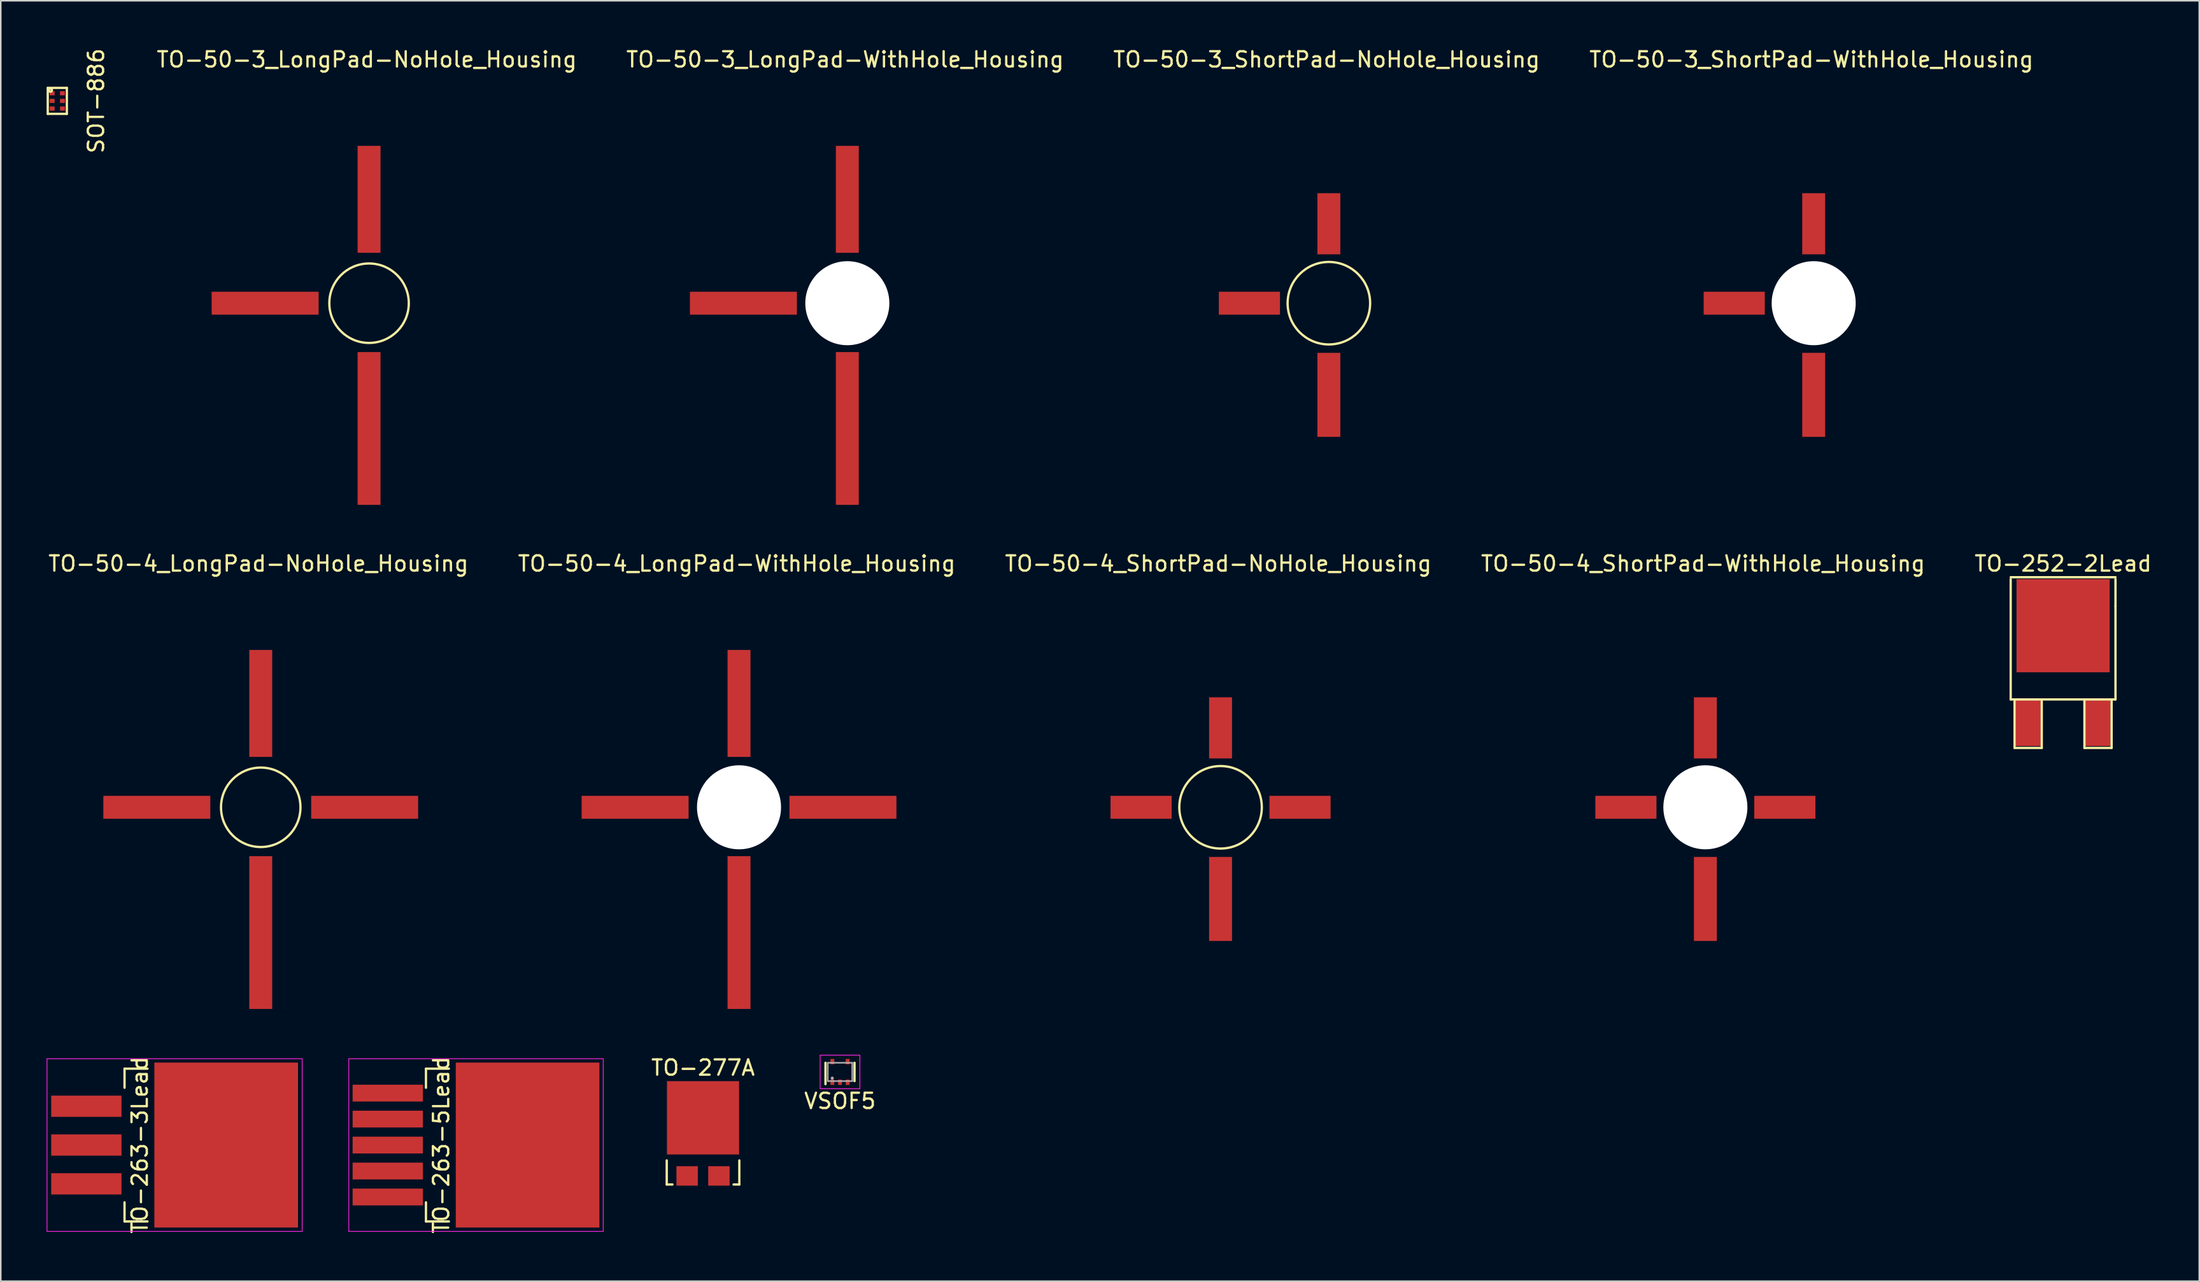
<source format=kicad_pcb>
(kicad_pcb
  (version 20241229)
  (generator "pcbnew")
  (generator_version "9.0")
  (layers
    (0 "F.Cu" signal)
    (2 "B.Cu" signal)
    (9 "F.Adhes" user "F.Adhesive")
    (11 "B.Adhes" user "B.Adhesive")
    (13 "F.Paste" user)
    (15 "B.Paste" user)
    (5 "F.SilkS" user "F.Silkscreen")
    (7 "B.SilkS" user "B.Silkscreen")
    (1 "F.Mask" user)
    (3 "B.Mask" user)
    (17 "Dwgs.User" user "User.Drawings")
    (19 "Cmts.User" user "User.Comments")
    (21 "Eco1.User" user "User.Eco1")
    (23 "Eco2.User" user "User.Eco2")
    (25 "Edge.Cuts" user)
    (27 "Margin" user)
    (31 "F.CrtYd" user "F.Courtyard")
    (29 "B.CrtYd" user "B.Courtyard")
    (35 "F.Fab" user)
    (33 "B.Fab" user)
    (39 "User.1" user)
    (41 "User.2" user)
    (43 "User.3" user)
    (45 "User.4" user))
  (footprint "TO-50-4_LongPad-WithHole_Housing"
    (layer "F.Cu")
    (at 45.311 49.797)
    (property "Reference" "TO-50-4_LongPad-WithHole_Housing" (at -0.15 -15.95 0) (layer "F.SilkS") (effects (font (size 1 1) (thickness 0.15))))
    (attr smd)
    (pad "" np_thru_hole circle (at 0 0) (size 5.5 5.5) (drill 5.5) (layers "*.Cu" "*.Mask"))
    (pad "1" smd rect (at 0 -6.8) (size 1.5 7) (layers "F.Cu" "F.Mask" "F.Paste"))
    (pad "2" smd rect (at -6.8 0) (size 7 1.5) (layers "F.Cu" "F.Mask" "F.Paste"))
    (pad "3" smd rect (at 0 8.2) (size 1.5 10) (layers "F.Cu" "F.Mask" "F.Paste"))
    (pad "4" smd rect (at 6.8 0) (size 7 1.5) (layers "F.Cu" "F.Mask" "F.Paste")))
  (footprint "VSOF5"
    (layer "F.Cu")
    (at 51.92 67.121)
    (property "Reference" "VSOF5" (at 0 1.905 0) (layer "F.SilkS") (effects (font (size 1 1) (thickness 0.15))))
    (attr smd)
    (fp_line (start -0.95 0.8) (end -0.95 -0.6) (stroke (width 0.15) (type solid)) (layer "F.SilkS"))
    (fp_line (start 0.95 0.6) (end 0.95 -0.6) (stroke (width 0.15) (type solid)) (layer "F.SilkS"))
    (fp_line (start -1.3 -1.1) (end -1.3 1.1) (stroke (width 0.05) (type solid)) (layer "F.CrtYd"))
    (fp_line (start -1.3 -1.1) (end 1.3 -1.1) (stroke (width 0.05) (type solid)) (layer "F.CrtYd"))
    (fp_line (start -1.3 1.1) (end 1.3 1.1) (stroke (width 0.05) (type solid)) (layer "F.CrtYd"))
    (fp_line (start 1.3 -1.1) (end 1.3 1.1) (stroke (width 0.05) (type solid)) (layer "F.CrtYd"))
    (fp_line (start -0.8 -0.6) (end -0.8 0.6) (stroke (width 0.1) (type solid)) (layer "F.Fab"))
    (fp_line (start -0.8 -0.6) (end 0.8 -0.6) (stroke (width 0.1) (type solid)) (layer "F.Fab"))
    (fp_line (start -0.8 0.6) (end 0.8 0.6) (stroke (width 0.1) (type solid)) (layer "F.Fab"))
    (fp_line (start 0.8 -0.6) (end 0.8 0.6) (stroke (width 0.1) (type solid)) (layer "F.Fab"))
    (fp_circle (center -0.508 0.406) (end -0.457 0.406) (stroke (width 0.1) (type solid)) (fill no) (layer "F.Fab"))
    (pad "1" smd rect (at -0.5 0.675) (size 0.25 0.35) (layers "F.Cu" "F.Mask" "F.Paste"))
    (pad "2" smd rect (at 0 0.675) (size 0.25 0.35) (layers "F.Cu" "F.Mask" "F.Paste"))
    (pad "3" smd rect (at 0.5 0.675) (size 0.25 0.35) (layers "F.Cu" "F.Mask" "F.Paste"))
    (pad "4" smd rect (at 0.5 -0.675) (size 0.25 0.35) (layers "F.Cu" "F.Mask" "F.Paste"))
    (pad "5" smd rect (at -0.5 -0.675) (size 0.25 0.35) (layers "F.Cu" "F.Mask" "F.Paste")))
  (footprint "TO-263-3Lead"
    (layer "F.Cu")
    (at 7.175 71.907)
    (property "Reference" "TO-263-3Lead" (at -1.075 0 90) (layer "F.SilkS") (effects (font (size 1 1) (thickness 0.15))))
    (attr smd)
    (fp_line (start -2.075 -5) (end -2.075 -3.75) (stroke (width 0.15) (type solid)) (layer "F.SilkS"))
    (fp_line (start -2.075 -5) (end -0.575 -5) (stroke (width 0.15) (type solid)) (layer "F.SilkS"))
    (fp_line (start -2.075 5) (end -2.075 3.75) (stroke (width 0.15) (type solid)) (layer "F.SilkS"))
    (fp_line (start -2.075 5) (end -0.575 5) (stroke (width 0.15) (type solid)) (layer "F.SilkS"))
    (fp_line (start -7.15 -5.65) (end -7.15 5.65) (stroke (width 0.05) (type solid)) (layer "F.CrtYd"))
    (fp_line (start 9.55 -5.65) (end -7.15 -5.65) (stroke (width 0.05) (type solid)) (layer "F.CrtYd"))
    (fp_line (start 9.55 -5.65) (end 9.55 5.65) (stroke (width 0.05) (type solid)) (layer "F.CrtYd"))
    (fp_line (start 9.55 5.65) (end -7.15 5.65) (stroke (width 0.05) (type solid)) (layer "F.CrtYd"))
    (pad "1" smd rect (at -4.575 -2.54) (size 4.6 1.39) (layers "F.Cu" "F.Mask" "F.Paste"))
    (pad "2" smd rect (at -4.575 0) (size 4.6 1.39) (layers "F.Cu" "F.Mask" "F.Paste"))
    (pad "2" smd rect (at 4.575 0) (size 9.4 10.8) (layers "F.Cu" "F.Mask" "F.Paste"))
    (pad "3" smd rect (at -4.575 2.54) (size 4.6 1.39) (layers "F.Cu" "F.Mask" "F.Paste")))
  (footprint "SOT-886"
    (layer "F.Cu")
    (at 0.7 3.554)
    (property "Reference" "SOT-886" (at 2.54 0 90) (layer "F.SilkS") (effects (font (size 1 1) (thickness 0.15))))
    (attr smd)
    (fp_line (start -0.625 -0.85) (end 0.625 -0.85) (stroke (width 0.15) (type solid)) (layer "F.SilkS"))
    (fp_line (start -0.625 0.85) (end -0.625 -0.85) (stroke (width 0.15) (type solid)) (layer "F.SilkS"))
    (fp_line (start 0.625 -0.85) (end 0.625 0.85) (stroke (width 0.15) (type solid)) (layer "F.SilkS"))
    (fp_line (start 0.625 0.85) (end -0.625 0.85) (stroke (width 0.15) (type solid)) (layer "F.SilkS"))
    (fp_circle (center -0.45 -0.7) (end -0.35 -0.7) (stroke (width 0.15) (type solid)) (fill no) (layer "F.SilkS"))
    (pad "1" smd rect (at -0.338 -0.5) (size 0.325 0.27) (layers "F.Cu" "F.Mask" "F.Paste"))
    (pad "2" smd rect (at -0.338 0) (size 0.325 0.27) (layers "F.Cu" "F.Mask" "F.Paste"))
    (pad "3" smd rect (at -0.338 0.5) (size 0.325 0.27) (layers "F.Cu" "F.Mask" "F.Paste"))
    (pad "4" smd rect (at 0.338 0.5) (size 0.325 0.27) (layers "F.Cu" "F.Mask" "F.Paste"))
    (pad "5" smd rect (at 0.338 0) (size 0.325 0.27) (layers "F.Cu" "F.Mask" "F.Paste"))
    (pad "6" smd rect (at 0.338 -0.5) (size 0.325 0.27) (layers "F.Cu" "F.Mask" "F.Paste")))
  (footprint "TO-263-5Lead"
    (layer "F.Cu")
    (at 22.325 71.907)
    (property "Reference" "TO-263-5Lead" (at 3.5 0 90) (layer "F.SilkS") (effects (font (size 1 1) (thickness 0.15))))
    (attr smd)
    (fp_line (start 2.5 -5) (end 2.5 -3.75) (stroke (width 0.15) (type solid)) (layer "F.SilkS"))
    (fp_line (start 2.5 -5) (end 4 -5) (stroke (width 0.15) (type solid)) (layer "F.SilkS"))
    (fp_line (start 2.5 5) (end 2.5 3.75) (stroke (width 0.15) (type solid)) (layer "F.SilkS"))
    (fp_line (start 2.5 5) (end 4 5) (stroke (width 0.15) (type solid)) (layer "F.SilkS"))
    (fp_line (start -2.55 -5.65) (end -2.55 5.65) (stroke (width 0.05) (type solid)) (layer "F.CrtYd"))
    (fp_line (start 14.1 -5.65) (end -2.55 -5.65) (stroke (width 0.05) (type solid)) (layer "F.CrtYd"))
    (fp_line (start 14.1 -5.65) (end 14.1 5.65) (stroke (width 0.05) (type solid)) (layer "F.CrtYd"))
    (fp_line (start 14.1 5.65) (end -2.55 5.65) (stroke (width 0.05) (type solid)) (layer "F.CrtYd"))
    (pad "1" smd rect (at 0 -3.4) (size 4.6 1.1) (layers "F.Cu" "F.Mask" "F.Paste"))
    (pad "2" smd rect (at 0 -1.7) (size 4.6 1.1) (layers "F.Cu" "F.Mask" "F.Paste"))
    (pad "3" smd rect (at 0 0) (size 4.6 1.1) (layers "F.Cu" "F.Mask" "F.Paste"))
    (pad "3" smd rect (at 9.15 0) (size 9.4 10.8) (layers "F.Cu" "F.Mask" "F.Paste"))
    (pad "4" smd rect (at 0 1.7) (size 4.6 1.1) (layers "F.Cu" "F.Mask" "F.Paste"))
    (pad "5" smd rect (at 0 3.4) (size 4.6 1.1) (layers "F.Cu" "F.Mask" "F.Paste")))
  (footprint "TO-277A"
    (layer "F.Cu")
    (at 42.956 71.163)
    (property "Reference" "TO-277A" (at 0 -4.318 0) (layer "F.SilkS") (effects (font (size 1 1) (thickness 0.15))))
    (attr through_hole)
    (fp_line (start -2.375 1.75) (end -2.375 3.325) (stroke (width 0.15) (type solid)) (layer "F.SilkS"))
    (fp_line (start -2.375 3.325) (end -2 3.325) (stroke (width 0.15) (type solid)) (layer "F.SilkS"))
    (fp_line (start 2 3.325) (end 2.375 3.325) (stroke (width 0.15) (type solid)) (layer "F.SilkS"))
    (fp_line (start 2.375 1.75) (end 2.375 3.325) (stroke (width 0.15) (type solid)) (layer "F.SilkS"))
    (pad "1" smd rect (at 1.04 2.765) (size 1.4 1.27) (layers "F.Cu" "F.Mask" "F.Paste"))
    (pad "2" smd rect (at -1.04 2.765) (size 1.4 1.27) (layers "F.Cu" "F.Mask" "F.Paste"))
    (pad "3" smd rect (at 0 -1.04) (size 4.72 4.8) (layers "F.Cu" "F.Mask" "F.Paste")))
  (footprint "TO-50-4_LongPad-NoHole_Housing"
    (layer "F.Cu")
    (at 14.013 49.797)
    (property "Reference" "TO-50-4_LongPad-NoHole_Housing" (at -0.15 -15.95 0) (layer "F.SilkS") (effects (font (size 1 1) (thickness 0.15))))
    (attr smd)
    (fp_circle (center 0 0) (end 2.6 0) (stroke (width 0.15) (type solid)) (fill no) (layer "F.SilkS"))
    (pad "1" smd rect (at 0 -6.8) (size 1.5 7) (layers "F.Cu" "F.Mask" "F.Paste"))
    (pad "2" smd rect (at -6.8 0) (size 7 1.5) (layers "F.Cu" "F.Mask" "F.Paste"))
    (pad "3" smd rect (at 0 8.2) (size 1.5 10) (layers "F.Cu" "F.Mask" "F.Paste"))
    (pad "4" smd rect (at 6.8 0) (size 7 1.5) (layers "F.Cu" "F.Mask" "F.Paste")))
  (footprint "TO-50-3_LongPad-NoHole_Housing"
    (layer "F.Cu")
    (at 21.101 16.798)
    (property "Reference" "TO-50-3_LongPad-NoHole_Housing" (at -0.15 -15.95 0) (layer "F.SilkS") (effects (font (size 1 1) (thickness 0.15))))
    (attr smd)
    (fp_circle (center 0 0) (end 2.6 0) (stroke (width 0.15) (type solid)) (fill no) (layer "F.SilkS"))
    (pad "1" smd rect (at 0 -6.8) (size 1.5 7) (layers "F.Cu" "F.Mask" "F.Paste"))
    (pad "2" smd rect (at -6.8 0) (size 7 1.5) (layers "F.Cu" "F.Mask" "F.Paste"))
    (pad "3" smd rect (at 0 8.2) (size 1.5 10) (layers "F.Cu" "F.Mask" "F.Paste")))
  (footprint "TO-50-4_ShortPad-NoHole_Housing"
    (layer "F.Cu")
    (at 76.823 49.797)
    (property "Reference" "TO-50-4_ShortPad-NoHole_Housing" (at -0.15 -15.95 0) (layer "F.SilkS") (effects (font (size 1 1) (thickness 0.15))))
    (attr smd)
    (fp_circle (center 0 0) (end 2.7 0) (stroke (width 0.15) (type solid)) (fill no) (layer "F.SilkS"))
    (pad "1" smd rect (at 0 -5.2) (size 1.5 4) (layers "F.Cu" "F.Mask" "F.Paste"))
    (pad "2" smd rect (at -5.2 0) (size 4 1.5) (layers "F.Cu" "F.Mask" "F.Paste"))
    (pad "3" smd rect (at 0 6) (size 1.5 5.5) (layers "F.Cu" "F.Mask" "F.Paste"))
    (pad "4" smd rect (at 5.2 0) (size 4 1.5) (layers "F.Cu" "F.Mask" "F.Paste")))
  (footprint "TO-50-3_LongPad-WithHole_Housing"
    (layer "F.Cu")
    (at 52.399 16.798)
    (property "Reference" "TO-50-3_LongPad-WithHole_Housing" (at -0.15 -15.95 0) (layer "F.SilkS") (effects (font (size 1 1) (thickness 0.15))))
    (attr smd)
    (pad "" np_thru_hole circle (at 0 0) (size 5.5 5.5) (drill 5.5) (layers "*.Cu" "*.Mask"))
    (pad "1" smd rect (at 0 -6.8) (size 1.5 7) (layers "F.Cu" "F.Mask" "F.Paste"))
    (pad "2" smd rect (at -6.8 0) (size 7 1.5) (layers "F.Cu" "F.Mask" "F.Paste"))
    (pad "3" smd rect (at 0 8.2) (size 1.5 10) (layers "F.Cu" "F.Mask" "F.Paste")))
  (footprint "TO-50-3_ShortPad-NoHole_Housing"
    (layer "F.Cu")
    (at 83.911 16.798)
    (property "Reference" "TO-50-3_ShortPad-NoHole_Housing" (at -0.15 -15.95 0) (layer "F.SilkS") (effects (font (size 1 1) (thickness 0.15))))
    (attr smd)
    (fp_circle (center 0 0) (end 2.7 0) (stroke (width 0.15) (type solid)) (fill no) (layer "F.SilkS"))
    (pad "1" smd rect (at 0 -5.2) (size 1.5 4) (layers "F.Cu" "F.Mask" "F.Paste"))
    (pad "2" smd rect (at -5.2 0) (size 4 1.5) (layers "F.Cu" "F.Mask" "F.Paste"))
    (pad "3" smd rect (at 0 6) (size 1.5 5.5) (layers "F.Cu" "F.Mask" "F.Paste")))
  (footprint "TO-50-4_ShortPad-WithHole_Housing"
    (layer "F.Cu")
    (at 108.549 49.797)
    (property "Reference" "TO-50-4_ShortPad-WithHole_Housing" (at -0.15 -15.95 0) (layer "F.SilkS") (effects (font (size 1 1) (thickness 0.15))))
    (attr smd)
    (pad "" np_thru_hole circle (at 0 0) (size 5.5 5.5) (drill 5.5) (layers "*.Cu" "*.Mask"))
    (pad "1" smd rect (at 0 -5.2) (size 1.5 4) (layers "F.Cu" "F.Mask" "F.Paste"))
    (pad "2" smd rect (at -5.2 0) (size 4 1.5) (layers "F.Cu" "F.Mask" "F.Paste"))
    (pad "3" smd rect (at 0 6) (size 1.5 5.5) (layers "F.Cu" "F.Mask" "F.Paste"))
    (pad "4" smd rect (at 5.2 0) (size 4 1.5) (layers "F.Cu" "F.Mask" "F.Paste")))
  (footprint "TO-50-3_ShortPad-WithHole_Housing"
    (layer "F.Cu")
    (at 115.637 16.798)
    (property "Reference" "TO-50-3_ShortPad-WithHole_Housing" (at -0.15 -15.95 0) (layer "F.SilkS") (effects (font (size 1 1) (thickness 0.15))))
    (attr smd)
    (pad "" np_thru_hole circle (at 0 0) (size 5.5 5.5) (drill 5.5) (layers "*.Cu" "*.Mask"))
    (pad "1" smd rect (at 0 -5.2) (size 1.5 4) (layers "F.Cu" "F.Mask" "F.Paste"))
    (pad "2" smd rect (at -5.2 0) (size 4 1.5) (layers "F.Cu" "F.Mask" "F.Paste"))
    (pad "3" smd rect (at 0 6) (size 1.5 5.5) (layers "F.Cu" "F.Mask" "F.Paste")))
  (footprint "TO-252-2Lead"
    (layer "F.Cu")
    (at 131.958 44.261)
    (property "Reference" "TO-252-2Lead" (at 0 -10.414 0) (layer "F.SilkS") (effects (font (size 1 1) (thickness 0.15))))
    (attr smd)
    (fp_line (start -3.429 -9.525) (end 3.429 -9.525) (stroke (width 0.15) (type solid)) (layer "F.SilkS"))
    (fp_line (start -3.429 -1.524) (end -3.429 -9.398) (stroke (width 0.15) (type solid)) (layer "F.SilkS"))
    (fp_line (start -3.175 -1.524) (end -3.175 1.651) (stroke (width 0.15) (type solid)) (layer "F.SilkS"))
    (fp_line (start -3.175 1.651) (end -1.397 1.651) (stroke (width 0.15) (type solid)) (layer "F.SilkS"))
    (fp_line (start -1.397 1.651) (end -1.397 -1.524) (stroke (width 0.15) (type solid)) (layer "F.SilkS"))
    (fp_line (start 1.397 -1.524) (end 1.397 1.651) (stroke (width 0.15) (type solid)) (layer "F.SilkS"))
    (fp_line (start 1.397 1.651) (end 3.175 1.651) (stroke (width 0.15) (type solid)) (layer "F.SilkS"))
    (fp_line (start 3.175 1.651) (end 3.175 -1.524) (stroke (width 0.15) (type solid)) (layer "F.SilkS"))
    (fp_line (start 3.429 -9.398) (end 3.429 -7.62) (stroke (width 0.15) (type solid)) (layer "F.SilkS"))
    (fp_line (start 3.429 -7.62) (end 3.429 -1.524) (stroke (width 0.15) (type solid)) (layer "F.SilkS"))
    (fp_line (start 3.429 -1.524) (end -3.429 -1.524) (stroke (width 0.15) (type solid)) (layer "F.SilkS"))
    (pad "1" smd rect (at -2.286 0) (size 1.651 3.048) (layers "F.Cu" "F.Mask" "F.Paste"))
    (pad "2" smd rect (at 0 -6.35) (size 6.096 6.096) (layers "F.Cu" "F.Mask" "F.Paste"))
    (pad "3" smd rect (at 2.286 0) (size 1.651 3.048) (layers "F.Cu" "F.Mask" "F.Paste")))
  (gr_rect
    (start -3 -3)
    (end 140.869 80.818)
    (stroke (width 0.1) (type default))
    (fill no)
    (layer "Edge.Cuts")))
</source>
